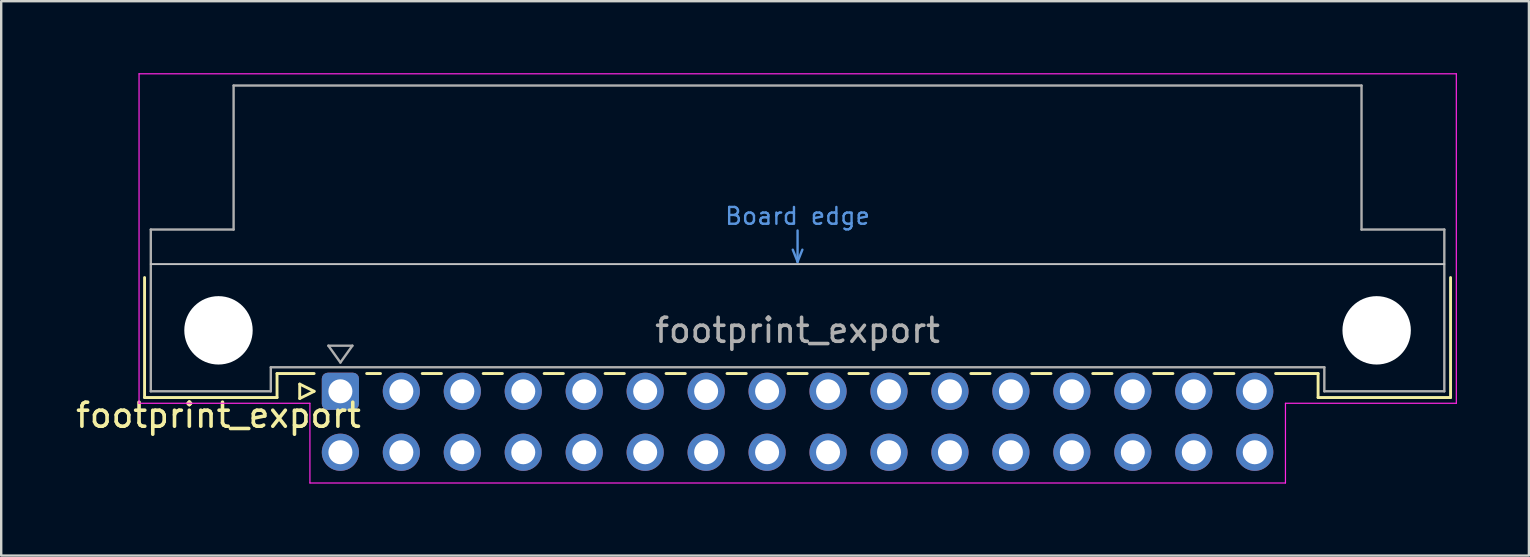
<source format=kicad_pcb>
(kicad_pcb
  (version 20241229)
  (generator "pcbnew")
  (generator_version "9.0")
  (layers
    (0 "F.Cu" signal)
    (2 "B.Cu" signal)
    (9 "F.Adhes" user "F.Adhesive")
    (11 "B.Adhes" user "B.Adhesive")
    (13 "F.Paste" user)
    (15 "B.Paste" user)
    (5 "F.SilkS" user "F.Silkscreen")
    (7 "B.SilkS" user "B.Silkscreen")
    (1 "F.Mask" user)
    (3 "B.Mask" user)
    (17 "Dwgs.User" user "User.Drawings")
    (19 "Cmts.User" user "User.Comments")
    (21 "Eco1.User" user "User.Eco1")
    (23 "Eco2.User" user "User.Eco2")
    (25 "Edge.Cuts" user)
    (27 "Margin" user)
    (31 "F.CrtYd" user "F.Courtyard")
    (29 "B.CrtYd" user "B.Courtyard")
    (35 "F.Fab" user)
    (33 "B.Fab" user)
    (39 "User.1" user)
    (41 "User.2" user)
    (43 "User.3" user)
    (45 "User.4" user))
  (footprint "footprint_export"
    (layer "F.Cu")
    (at 11.134 13.255)
    (property "Reference" "footprint_export" (at -5.08 1 0) (layer "F.SilkS") (effects (font (size 1 1) (thickness 0.15))))
    (attr through_hole)
    (fp_line (start -8.16 -4.74) (end -8.16 0.26) (stroke (width 0.12) (type solid)) (layer "F.SilkS"))
    (fp_line (start -8.16 0.26) (end -2.64 0.26) (stroke (width 0.12) (type solid)) (layer "F.SilkS"))
    (fp_line (start -2.64 -0.74) (end -1.095 -0.74) (stroke (width 0.12) (type solid)) (layer "F.SilkS"))
    (fp_line (start -2.64 0.26) (end -2.64 -0.74) (stroke (width 0.12) (type solid)) (layer "F.SilkS"))
    (fp_line (start -1.695 -0.3) (end -1.695 0.3) (stroke (width 0.12) (type solid)) (layer "F.SilkS"))
    (fp_line (start -1.695 0.3) (end -1.095 0) (stroke (width 0.12) (type solid)) (layer "F.SilkS"))
    (fp_line (start -1.095 0) (end -1.695 -0.3) (stroke (width 0.12) (type solid)) (layer "F.SilkS"))
    (fp_line (start 1.095 -0.74) (end 1.671 -0.74) (stroke (width 0.12) (type solid)) (layer "F.SilkS"))
    (fp_line (start 3.41 -0.74) (end 4.211 -0.74) (stroke (width 0.12) (type solid)) (layer "F.SilkS"))
    (fp_line (start 5.95 -0.74) (end 6.751 -0.74) (stroke (width 0.12) (type solid)) (layer "F.SilkS"))
    (fp_line (start 8.49 -0.74) (end 9.291 -0.74) (stroke (width 0.12) (type solid)) (layer "F.SilkS"))
    (fp_line (start 11.03 -0.74) (end 11.831 -0.74) (stroke (width 0.12) (type solid)) (layer "F.SilkS"))
    (fp_line (start 13.57 -0.74) (end 14.371 -0.74) (stroke (width 0.12) (type solid)) (layer "F.SilkS"))
    (fp_line (start 16.11 -0.74) (end 16.911 -0.74) (stroke (width 0.12) (type solid)) (layer "F.SilkS"))
    (fp_line (start 18.65 -0.74) (end 19.451 -0.74) (stroke (width 0.12) (type solid)) (layer "F.SilkS"))
    (fp_line (start 21.19 -0.74) (end 21.991 -0.74) (stroke (width 0.12) (type solid)) (layer "F.SilkS"))
    (fp_line (start 23.73 -0.74) (end 24.531 -0.74) (stroke (width 0.12) (type solid)) (layer "F.SilkS"))
    (fp_line (start 26.27 -0.74) (end 27.071 -0.74) (stroke (width 0.12) (type solid)) (layer "F.SilkS"))
    (fp_line (start 28.81 -0.74) (end 29.611 -0.74) (stroke (width 0.12) (type solid)) (layer "F.SilkS"))
    (fp_line (start 31.35 -0.74) (end 32.151 -0.74) (stroke (width 0.12) (type solid)) (layer "F.SilkS"))
    (fp_line (start 33.89 -0.74) (end 34.691 -0.74) (stroke (width 0.12) (type solid)) (layer "F.SilkS"))
    (fp_line (start 36.43 -0.74) (end 37.231 -0.74) (stroke (width 0.12) (type solid)) (layer "F.SilkS"))
    (fp_line (start 38.97 -0.74) (end 40.74 -0.74) (stroke (width 0.12) (type solid)) (layer "F.SilkS"))
    (fp_line (start 40.74 0.26) (end 40.74 -0.74) (stroke (width 0.12) (type solid)) (layer "F.SilkS"))
    (fp_line (start 46.26 -4.74) (end 46.26 0.26) (stroke (width 0.12) (type solid)) (layer "F.SilkS"))
    (fp_line (start 46.26 0.26) (end 40.74 0.26) (stroke (width 0.12) (type solid)) (layer "F.SilkS"))
    (fp_line (start -7.9 -5.3) (end 46 -5.3) (stroke (width 0.08) (type solid)) (layer "Dwgs.User"))
    (fp_line (start 18.85 -5.9) (end 19.05 -5.4) (stroke (width 0.1) (type solid)) (layer "Cmts.User"))
    (fp_line (start 19.05 -5.4) (end 19.05 -6.7) (stroke (width 0.1) (type solid)) (layer "Cmts.User"))
    (fp_line (start 19.05 -5.4) (end 19.25 -5.9) (stroke (width 0.1) (type solid)) (layer "Cmts.User"))
    (fp_line (start -8.39 -13.23) (end -8.39 0.5) (stroke (width 0.05) (type solid)) (layer "F.CrtYd"))
    (fp_line (start -8.39 0.5) (end -1.27 0.5) (stroke (width 0.05) (type solid)) (layer "F.CrtYd"))
    (fp_line (start -1.27 0.5) (end -1.27 3.82) (stroke (width 0.05) (type solid)) (layer "F.CrtYd"))
    (fp_line (start -1.27 3.82) (end 39.38 3.82) (stroke (width 0.05) (type solid)) (layer "F.CrtYd"))
    (fp_line (start 39.38 0.5) (end 46.5 0.5) (stroke (width 0.05) (type solid)) (layer "F.CrtYd"))
    (fp_line (start 39.38 3.82) (end 39.38 0.5) (stroke (width 0.05) (type solid)) (layer "F.CrtYd"))
    (fp_line (start 46.5 -13.23) (end -8.39 -13.23) (stroke (width 0.05) (type solid)) (layer "F.CrtYd"))
    (fp_line (start 46.5 0.5) (end 46.5 -13.23) (stroke (width 0.05) (type solid)) (layer "F.CrtYd"))
    (fp_line (start -7.9 -6.74) (end -7.9 0) (stroke (width 0.1) (type solid)) (layer "F.Fab"))
    (fp_line (start -7.9 0) (end -2.9 0) (stroke (width 0.1) (type solid)) (layer "F.Fab"))
    (fp_line (start -4.45 -12.74) (end -4.45 -6.74) (stroke (width 0.1) (type solid)) (layer "F.Fab"))
    (fp_line (start -4.45 -6.74) (end -7.9 -6.74) (stroke (width 0.1) (type solid)) (layer "F.Fab"))
    (fp_line (start -2.9 -1) (end 41 -1) (stroke (width 0.1) (type solid)) (layer "F.Fab"))
    (fp_line (start -2.9 0) (end -2.9 -1) (stroke (width 0.1) (type solid)) (layer "F.Fab"))
    (fp_line (start -0.5 -1.9) (end 0.5 -1.9) (stroke (width 0.1) (type solid)) (layer "F.Fab"))
    (fp_line (start 0 -1.2) (end -0.5 -1.9) (stroke (width 0.1) (type solid)) (layer "F.Fab"))
    (fp_line (start 0.5 -1.9) (end 0 -1.2) (stroke (width 0.1) (type solid)) (layer "F.Fab"))
    (fp_line (start 41 -1) (end 41 0) (stroke (width 0.1) (type solid)) (layer "F.Fab"))
    (fp_line (start 41 0) (end 46 0) (stroke (width 0.1) (type solid)) (layer "F.Fab"))
    (fp_line (start 42.55 -12.74) (end -4.45 -12.74) (stroke (width 0.1) (type solid)) (layer "F.Fab"))
    (fp_line (start 42.55 -6.74) (end 42.55 -12.74) (stroke (width 0.1) (type solid)) (layer "F.Fab"))
    (fp_line (start 46 -6.74) (end 42.55 -6.74) (stroke (width 0.1) (type solid)) (layer "F.Fab"))
    (fp_line (start 46 0) (end 46 -6.74) (stroke (width 0.1) (type solid)) (layer "F.Fab"))
    (fp_text user "Board edge" (at 19.05 -7.3 0) (layer "Cmts.User") (effects (font (size 0.7 0.7) (thickness 0.1))))
    (fp_text user "${REFERENCE}" (at 19.05 -2.54 0) (layer "F.Fab") (effects (font (size 1 1) (thickness 0.15))))
    (pad "" np_thru_hole circle (at -5.08 -2.54) (size 2.85 2.85) (drill 2.85) (layers "*.Cu" "*.Mask"))
    (pad "" np_thru_hole circle (at 43.18 -2.54) (size 2.85 2.85) (drill 2.85) (layers "*.Cu" "*.Mask"))
    (pad "a1" thru_hole roundrect (at 0 0) (size 1.55 1.55) (drill 1) (layers "*.Cu" "*.Mask") (roundrect_rratio 0.161))
    (pad "a2" thru_hole circle (at 2.54 0) (size 1.55 1.55) (drill 1) (layers "*.Cu" "*.Mask"))
    (pad "a3" thru_hole circle (at 5.08 0) (size 1.55 1.55) (drill 1) (layers "*.Cu" "*.Mask"))
    (pad "a4" thru_hole circle (at 7.62 0) (size 1.55 1.55) (drill 1) (layers "*.Cu" "*.Mask"))
    (pad "a5" thru_hole circle (at 10.16 0) (size 1.55 1.55) (drill 1) (layers "*.Cu" "*.Mask"))
    (pad "a6" thru_hole circle (at 12.7 0) (size 1.55 1.55) (drill 1) (layers "*.Cu" "*.Mask"))
    (pad "a7" thru_hole circle (at 15.24 0) (size 1.55 1.55) (drill 1) (layers "*.Cu" "*.Mask"))
    (pad "a8" thru_hole circle (at 17.78 0) (size 1.55 1.55) (drill 1) (layers "*.Cu" "*.Mask"))
    (pad "a9" thru_hole circle (at 20.32 0) (size 1.55 1.55) (drill 1) (layers "*.Cu" "*.Mask"))
    (pad "a10" thru_hole circle (at 22.86 0) (size 1.55 1.55) (drill 1) (layers "*.Cu" "*.Mask"))
    (pad "a11" thru_hole circle (at 25.4 0) (size 1.55 1.55) (drill 1) (layers "*.Cu" "*.Mask"))
    (pad "a12" thru_hole circle (at 27.94 0) (size 1.55 1.55) (drill 1) (layers "*.Cu" "*.Mask"))
    (pad "a13" thru_hole circle (at 30.48 0) (size 1.55 1.55) (drill 1) (layers "*.Cu" "*.Mask"))
    (pad "a14" thru_hole circle (at 33.02 0) (size 1.55 1.55) (drill 1) (layers "*.Cu" "*.Mask"))
    (pad "a15" thru_hole circle (at 35.56 0) (size 1.55 1.55) (drill 1) (layers "*.Cu" "*.Mask"))
    (pad "a16" thru_hole circle (at 38.1 0) (size 1.55 1.55) (drill 1) (layers "*.Cu" "*.Mask"))
    (pad "b1" thru_hole circle (at 0 2.54) (size 1.55 1.55) (drill 1) (layers "*.Cu" "*.Mask"))
    (pad "b2" thru_hole circle (at 2.54 2.54) (size 1.55 1.55) (drill 1) (layers "*.Cu" "*.Mask"))
    (pad "b3" thru_hole circle (at 5.08 2.54) (size 1.55 1.55) (drill 1) (layers "*.Cu" "*.Mask"))
    (pad "b4" thru_hole circle (at 7.62 2.54) (size 1.55 1.55) (drill 1) (layers "*.Cu" "*.Mask"))
    (pad "b5" thru_hole circle (at 10.16 2.54) (size 1.55 1.55) (drill 1) (layers "*.Cu" "*.Mask"))
    (pad "b6" thru_hole circle (at 12.7 2.54) (size 1.55 1.55) (drill 1) (layers "*.Cu" "*.Mask"))
    (pad "b7" thru_hole circle (at 15.24 2.54) (size 1.55 1.55) (drill 1) (layers "*.Cu" "*.Mask"))
    (pad "b8" thru_hole circle (at 17.78 2.54) (size 1.55 1.55) (drill 1) (layers "*.Cu" "*.Mask"))
    (pad "b9" thru_hole circle (at 20.32 2.54) (size 1.55 1.55) (drill 1) (layers "*.Cu" "*.Mask"))
    (pad "b10" thru_hole circle (at 22.86 2.54) (size 1.55 1.55) (drill 1) (layers "*.Cu" "*.Mask"))
    (pad "b11" thru_hole circle (at 25.4 2.54) (size 1.55 1.55) (drill 1) (layers "*.Cu" "*.Mask"))
    (pad "b12" thru_hole circle (at 27.94 2.54) (size 1.55 1.55) (drill 1) (layers "*.Cu" "*.Mask"))
    (pad "b13" thru_hole circle (at 30.48 2.54) (size 1.55 1.55) (drill 1) (layers "*.Cu" "*.Mask"))
    (pad "b14" thru_hole circle (at 33.02 2.54) (size 1.55 1.55) (drill 1) (layers "*.Cu" "*.Mask"))
    (pad "b15" thru_hole circle (at 35.56 2.54) (size 1.55 1.55) (drill 1) (layers "*.Cu" "*.Mask"))
    (pad "b16" thru_hole circle (at 38.1 2.54) (size 1.55 1.55) (drill 1) (layers "*.Cu" "*.Mask")))
  (gr_rect
    (start -3 -3)
    (end 60.659 20.1)
    (stroke (width 0.1) (type default))
    (fill no)
    (layer "Edge.Cuts")))
</source>
